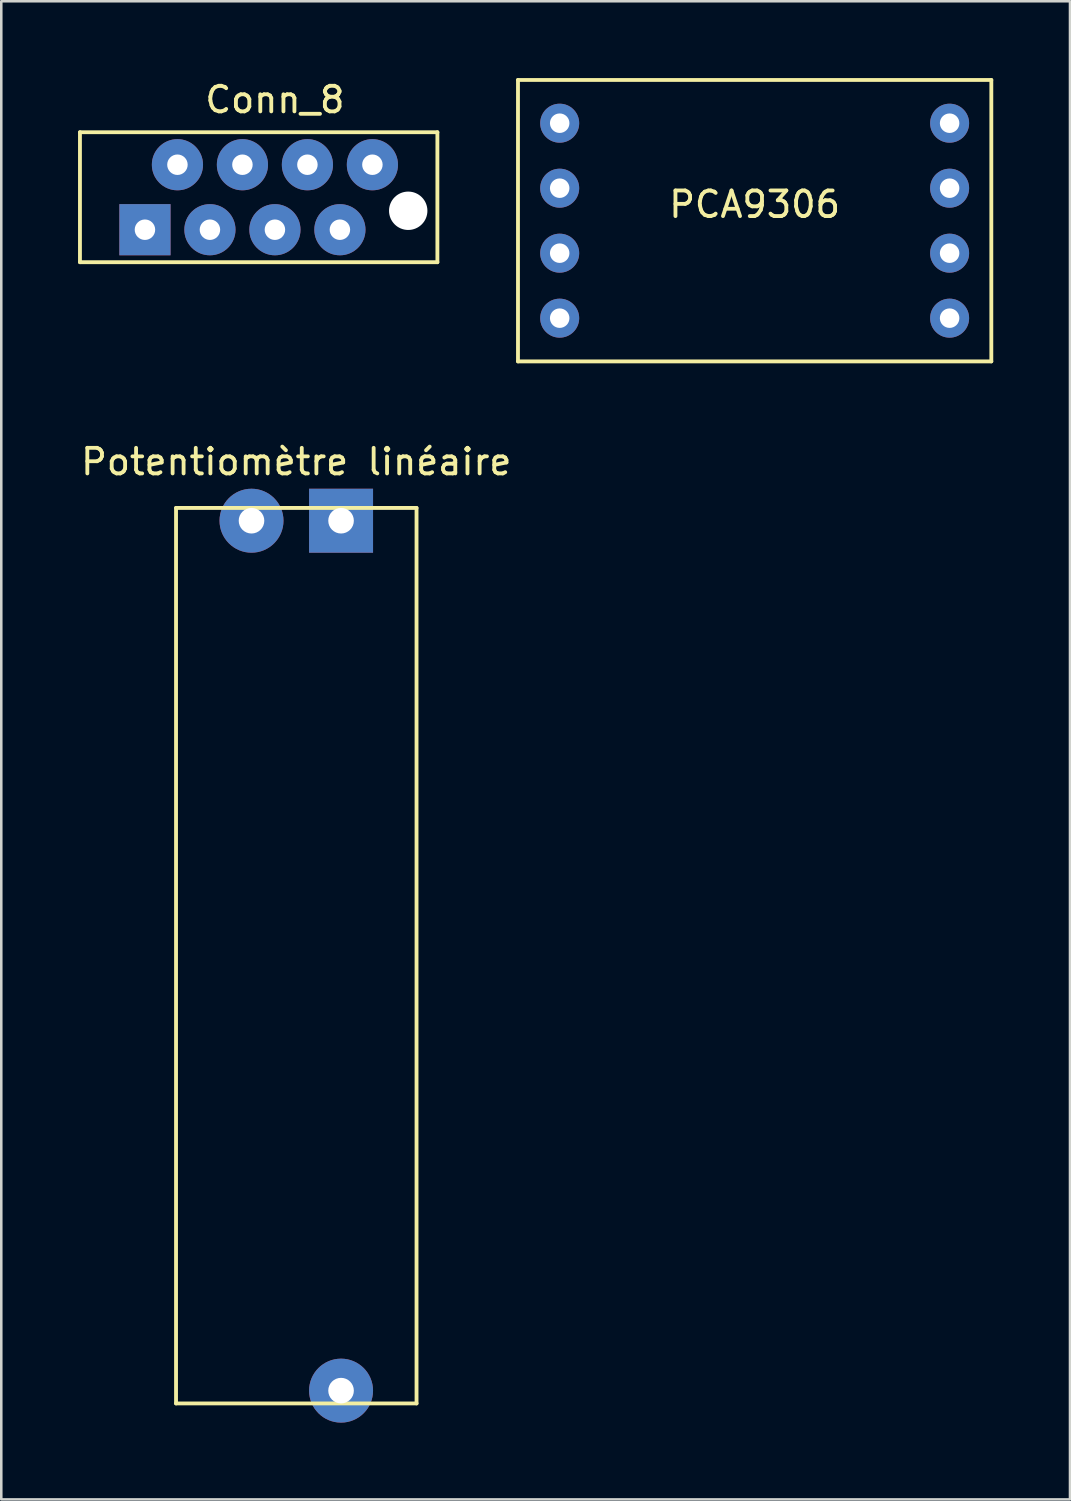
<source format=kicad_pcb>
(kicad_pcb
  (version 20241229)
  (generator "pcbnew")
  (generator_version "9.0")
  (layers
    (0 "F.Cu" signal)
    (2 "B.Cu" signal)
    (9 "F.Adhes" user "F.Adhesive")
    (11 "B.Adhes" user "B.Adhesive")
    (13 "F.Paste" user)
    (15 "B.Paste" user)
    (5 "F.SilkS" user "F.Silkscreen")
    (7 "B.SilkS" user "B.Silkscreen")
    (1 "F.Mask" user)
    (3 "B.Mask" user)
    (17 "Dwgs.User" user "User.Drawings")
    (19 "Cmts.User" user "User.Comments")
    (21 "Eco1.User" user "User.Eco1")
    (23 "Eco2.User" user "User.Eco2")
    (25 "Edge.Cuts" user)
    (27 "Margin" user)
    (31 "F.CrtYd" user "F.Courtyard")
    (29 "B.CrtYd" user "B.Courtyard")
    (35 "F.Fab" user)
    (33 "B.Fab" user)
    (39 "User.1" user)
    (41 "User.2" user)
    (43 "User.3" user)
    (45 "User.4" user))
  (footprint "Conn_8"
    (layer "F.Cu")
    (at 7.695 4.658)
    (property "Reference" "Conn_8" (at 0 -3.81 0) (layer "F.SilkS") (effects (font (size 1 1) (thickness 0.15))))
    (attr through_hole)
    (fp_line (start -7.62 -2.54) (end -7.62 2.54) (stroke (width 0.15) (type solid)) (layer "F.SilkS"))
    (fp_line (start -7.62 2.54) (end 6.35 2.54) (stroke (width 0.15) (type solid)) (layer "F.SilkS"))
    (fp_line (start 6.35 -2.54) (end -7.62 -2.54) (stroke (width 0.15) (type solid)) (layer "F.SilkS"))
    (fp_line (start 6.35 2.54) (end 6.35 -2.54) (stroke (width 0.15) (type solid)) (layer "F.SilkS"))
    (pad "" np_thru_hole circle (at 5.21 0.53) (size 1.5 1.5) (drill 1.5) (layers "*.Cu" "*.Mask"))
    (pad "1" thru_hole rect (at -5.08 1.27) (size 2 2) (drill 0.8) (layers "*.Cu" "*.Mask"))
    (pad "2" thru_hole circle (at -3.81 -1.27) (size 2 2) (drill 0.8) (layers "*.Cu" "*.Mask"))
    (pad "3" thru_hole circle (at -2.54 1.27) (size 2 2) (drill 0.8) (layers "*.Cu" "*.Mask"))
    (pad "4" thru_hole circle (at -1.27 -1.27) (size 2 2) (drill 0.8) (layers "*.Cu" "*.Mask"))
    (pad "5" thru_hole circle (at 0 1.27) (size 2 2) (drill 0.8) (layers "*.Cu" "*.Mask"))
    (pad "6" thru_hole circle (at 1.27 -1.27) (size 2 2) (drill 0.8) (layers "*.Cu" "*.Mask"))
    (pad "7" thru_hole circle (at 2.54 1.27) (size 2 2) (drill 0.8) (layers "*.Cu" "*.Mask"))
    (pad "8" thru_hole circle (at 3.81 -1.27) (size 2 2) (drill 0.8) (layers "*.Cu" "*.Mask")))
  (footprint "Potentiomètre linéaire"
    (layer "F.Cu")
    (at 8.53 34.302)
    (property "Reference" "Potentiomètre linéaire" (at 0 -19.304 0) (layer "F.SilkS") (effects (font (size 1 1) (thickness 0.15))))
    (attr through_hole)
    (fp_line (start -4.7 -17.5) (end -4.7 17.5) (stroke (width 0.15) (type solid)) (layer "F.SilkS"))
    (fp_line (start 4.7 -17.5) (end -4.7 -17.5) (stroke (width 0.15) (type solid)) (layer "F.SilkS"))
    (fp_line (start 4.7 17.5) (end -4.7 17.5) (stroke (width 0.15) (type solid)) (layer "F.SilkS"))
    (fp_line (start 4.7 17.5) (end 4.7 -17.5) (stroke (width 0.15) (type solid)) (layer "F.SilkS"))
    (pad "1" thru_hole rect (at 1.75 -17) (size 2.5 2.5) (drill 1) (layers "*.Cu" "*.Mask"))
    (pad "2" thru_hole circle (at -1.75 -17) (size 2.5 2.5) (drill 1) (layers "*.Cu" "*.Mask"))
    (pad "3" thru_hole circle (at 1.75 17) (size 2.5 2.5) (drill 1) (layers "*.Cu" "*.Mask")))
  (footprint "PCA9306"
    (layer "F.Cu")
    (at 26.445 8.115)
    (property "Reference" "PCA9306" (at 0 -3.175 0) (layer "F.SilkS") (effects (font (size 1 1) (thickness 0.15))))
    (attr through_hole)
    (fp_line (start -9.25 -8.04) (end 9.25 -8.04) (stroke (width 0.15) (type solid)) (layer "F.SilkS"))
    (fp_line (start -9.25 2.96) (end -9.25 -8.04) (stroke (width 0.15) (type solid)) (layer "F.SilkS"))
    (fp_line (start 9.25 2.96) (end -9.25 2.96) (stroke (width 0.15) (type solid)) (layer "F.SilkS"))
    (fp_line (start 9.25 2.96) (end 9.25 -8.04) (stroke (width 0.15) (type solid)) (layer "F.SilkS"))
    (pad "1" thru_hole circle (at -7.62 -6.35) (size 1.524 1.524) (drill 0.762) (layers "*.Cu" "*.Mask"))
    (pad "2" thru_hole circle (at -7.62 -3.81) (size 1.524 1.524) (drill 0.762) (layers "*.Cu" "*.Mask"))
    (pad "3" thru_hole circle (at -7.62 -1.27) (size 1.524 1.524) (drill 0.762) (layers "*.Cu" "*.Mask"))
    (pad "4" thru_hole circle (at -7.62 1.27) (size 1.524 1.524) (drill 0.762) (layers "*.Cu" "*.Mask"))
    (pad "5" thru_hole circle (at 7.62 1.27) (size 1.524 1.524) (drill 0.762) (layers "*.Cu" "*.Mask"))
    (pad "6" thru_hole circle (at 7.62 -1.27) (size 1.524 1.524) (drill 0.762) (layers "*.Cu" "*.Mask"))
    (pad "7" thru_hole circle (at 7.62 -3.81) (size 1.524 1.524) (drill 0.762) (layers "*.Cu" "*.Mask"))
    (pad "8" thru_hole circle (at 7.62 -6.35) (size 1.524 1.524) (drill 0.762) (layers "*.Cu" "*.Mask")))
  (gr_rect
    (start -3 -3)
    (end 38.77 55.552)
    (stroke (width 0.1) (type default))
    (fill no)
    (layer "Edge.Cuts")))
</source>
